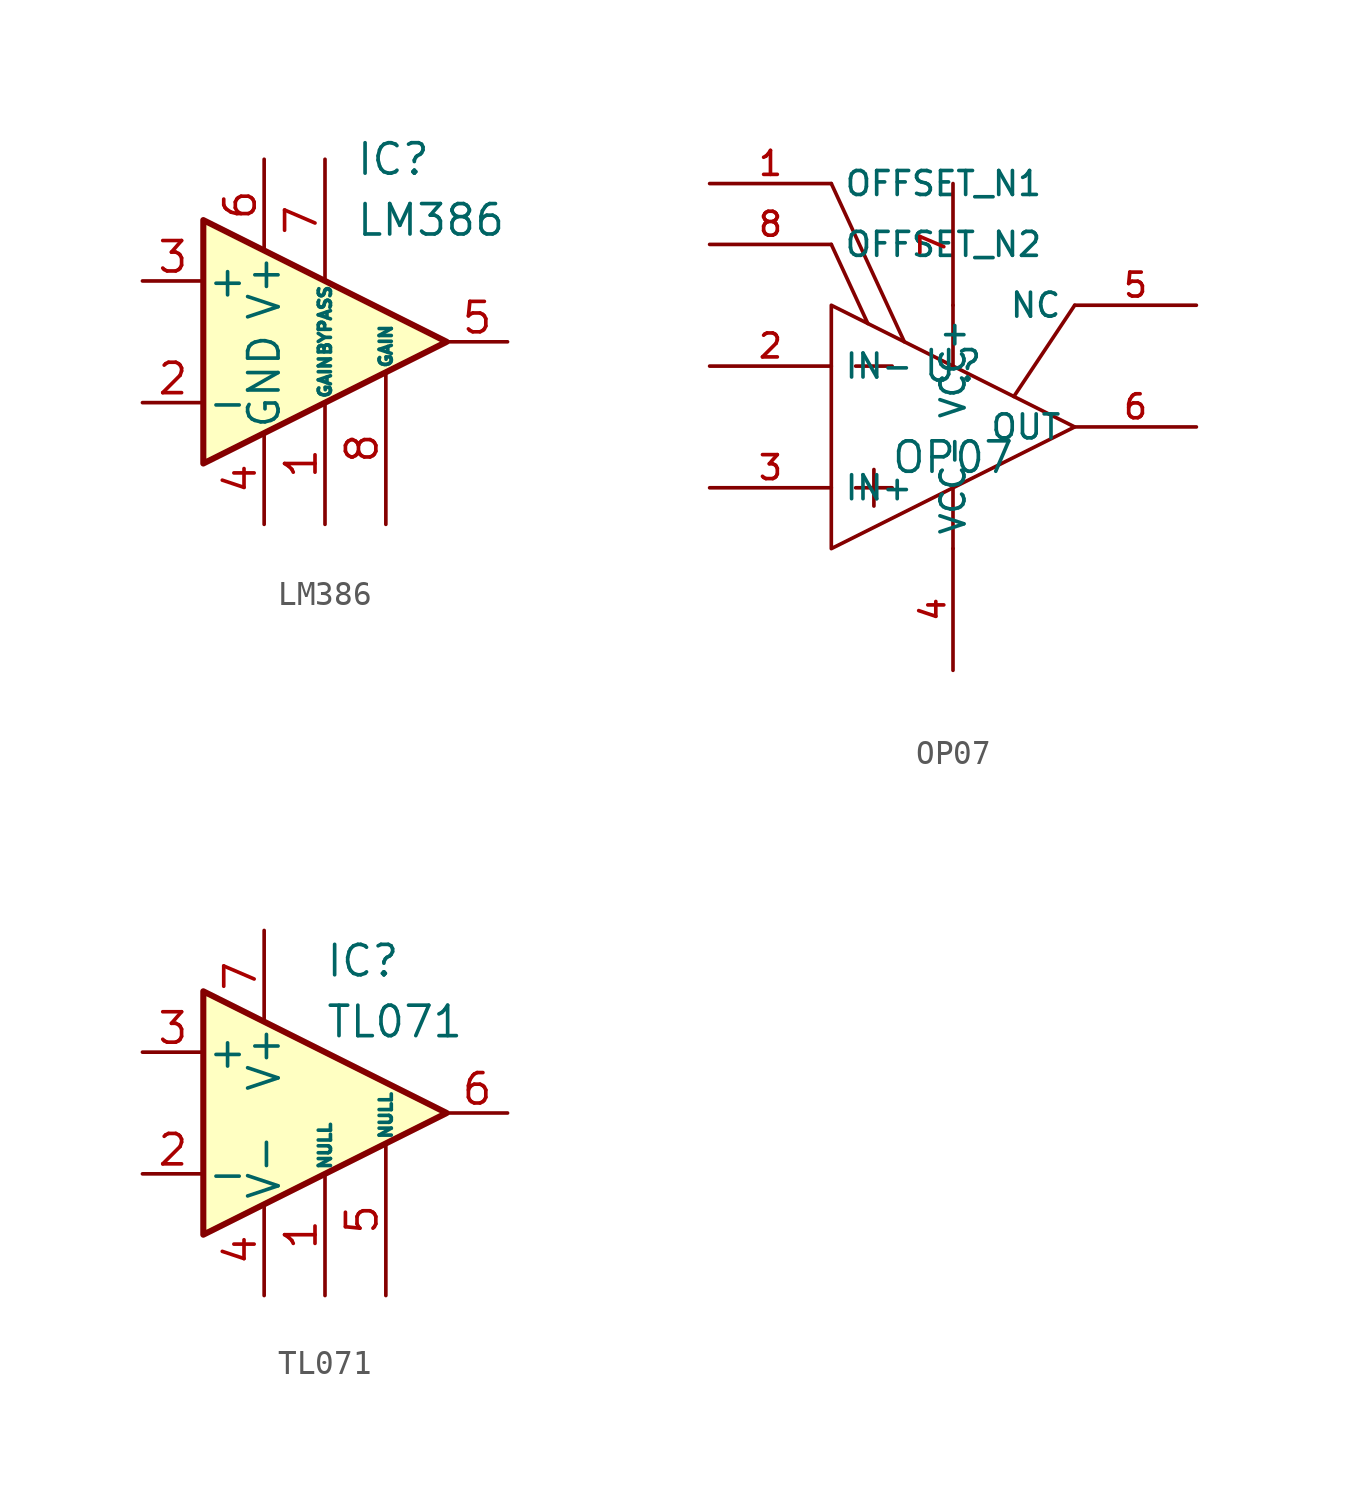
<source format=kicad_sym>
(kicad_symbol_lib
  (version 20241209)
  (generator "kicad_symbol_editor")
  (generator_version "9.0")
  (symbol "LM386"
    (pin_names
      (offset 0.127))
    (property "Reference" "IC"
      (at 1.27 7.62 0)
      (effects (font (size 1.27 1.27)) (justify left)))
    (property "Value" "LM386"
      (at 1.27 5.08 0)
      (effects (font (size 1.27 1.27)) (justify left)))
    (symbol "LM386_0_1"
      (polyline (pts (xy 5.08 0) (xy -5.08 5.08) (xy -5.08 -5.08) (xy 5.08 0)) (stroke (width 0.254) (type default)) (fill (type background))))
    (symbol "LM386_1_1"
      (pin input line (at -7.62 2.54 0) (length 2.54) (name "+" (effects (font (size 1.27 1.27)))) (number "3" (effects (font (size 1.27 1.27)))))
      (pin input line (at -7.62 -2.54 0) (length 2.54) (name "-" (effects (font (size 1.27 1.27)))) (number "2" (effects (font (size 1.27 1.27)))))
      (pin power_in line (at -2.54 7.62 270) (length 3.81) (name "V+" (effects (font (size 1.27 1.27)))) (number "6" (effects (font (size 1.27 1.27)))))
      (pin power_in line (at -2.54 -7.62 90) (length 3.81) (name "GND" (effects (font (size 1.27 1.27)))) (number "4" (effects (font (size 1.27 1.27)))))
      (pin input line (at 0 7.62 270) (length 5.08) (name "BYPASS" (effects (font (size 0.508 0.508)))) (number "7" (effects (font (size 1.27 1.27)))))
      (pin input line (at 0 -7.62 90) (length 5.08) (name "GAIN" (effects (font (size 0.508 0.508)))) (number "1" (effects (font (size 1.27 1.27)))))
      (pin input line (at 2.54 -7.62 90) (length 6.35) (name "GAIN" (effects (font (size 0.508 0.508)))) (number "8" (effects (font (size 1.27 1.27)))))
      (pin output line (at 7.62 0 180) (length 2.54) (name "~" (effects (font (size 1.27 1.27)))) (number "5" (effects (font (size 1.27 1.27)))))))
  (symbol "OP07"
    (property "Reference" "U"
      (at 0 1.27 0)
      (effects (font (size 1.27 1.27))))
    (property "Value" "OP07"
      (at 0 -2.54 0)
      (effects (font (size 1.27 1.27))))
    (symbol "OP07_0_1"
      (polyline (pts (xy -5.08 -6.35) (xy 5.08 -1.27) (xy -5.08 3.81) (xy -5.08 -6.35)) (stroke (width 0) (type default)) (fill (type none)))
      (polyline (pts (xy -4.064 1.27) (xy -2.54 1.27)) (stroke (width 0) (type default)) (fill (type none)))
      (polyline (pts (xy -4.064 -3.81) (xy -2.54 -3.81)) (stroke (width 0) (type default)) (fill (type none)))
      (polyline (pts (xy -3.556 3.048) (xy -5.08 6.35)) (stroke (width 0) (type default)) (fill (type none)))
      (polyline (pts (xy -3.302 -3.048) (xy -3.302 -4.572)) (stroke (width 0) (type default)) (fill (type none)))
      (polyline (pts (xy -2.032 2.286) (xy -5.08 8.89)) (stroke (width 0) (type default)) (fill (type none)))
      (polyline (pts (xy 0 3.81) (xy 0 1.27)) (stroke (width 0) (type default)) (fill (type none)))
      (polyline (pts (xy 0 -3.81) (xy 0 -6.35)) (stroke (width 0) (type default)) (fill (type none)))
      (polyline (pts (xy 5.08 3.81) (xy 2.54 0)) (stroke (width 0) (type default)) (fill (type none)))
      (pin unspecified line (at -10.16 8.89 0) (length 5.08) (name "OFFSET_N1" (effects (font (size 1 1)))) (number "1" (effects (font (size 1 1)))))
      (pin unspecified line (at -10.16 6.35 0) (length 5.08) (name "OFFSET_N2" (effects (font (size 1 1)))) (number "8" (effects (font (size 1 1)))))
      (pin unspecified line (at -10.16 1.27 0) (length 5.08) (name "IN-" (effects (font (size 1 1)))) (number "2" (effects (font (size 1 1)))))
      (pin unspecified line (at -10.16 -3.81 0) (length 5.08) (name "IN+" (effects (font (size 1 1)))) (number "3" (effects (font (size 1 1)))))
      (pin power_in line (at 0 8.89 270) (length 5.08) (name "VCC+" (effects (font (size 1 1)))) (number "7" (effects (font (size 1 1)))))
      (pin power_in line (at 0 -11.43 90) (length 5.08) (name "VCC-" (effects (font (size 1 1)))) (number "4" (effects (font (size 1 1)))))
      (pin unspecified line (at 10.16 3.81 180) (length 5.08) (name "NC" (effects (font (size 1 1)))) (number "5" (effects (font (size 1 1)))))
      (pin output line (at 10.16 -1.27 180) (length 5.08) (name "OUT" (effects (font (size 1 1)))) (number "6" (effects (font (size 1 1)))))))
  (symbol "TL071"
    (pin_names
      (offset 0.127))
    (property "Reference" "IC"
      (at 0 6.35 0)
      (effects (font (size 1.27 1.27)) (justify left)))
    (property "Value" "TL071"
      (at 0 3.81 0)
      (effects (font (size 1.27 1.27)) (justify left)))
    (symbol "TL071_0_1"
      (polyline (pts (xy -5.08 5.08) (xy 5.08 0) (xy -5.08 -5.08) (xy -5.08 5.08)) (stroke (width 0.254) (type default)) (fill (type background))))
    (symbol "TL071_1_1"
      (pin input line (at -7.62 2.54 0) (length 2.54) (name "+" (effects (font (size 1.27 1.27)))) (number "3" (effects (font (size 1.27 1.27)))))
      (pin input line (at -7.62 -2.54 0) (length 2.54) (name "-" (effects (font (size 1.27 1.27)))) (number "2" (effects (font (size 1.27 1.27)))))
      (pin power_in line (at -2.54 7.62 270) (length 3.81) (name "V+" (effects (font (size 1.27 1.27)))) (number "7" (effects (font (size 1.27 1.27)))))
      (pin power_in line (at -2.54 -7.62 90) (length 3.81) (name "V-" (effects (font (size 1.27 1.27)))) (number "4" (effects (font (size 1.27 1.27)))))
      (pin no_connect line (at 0 2.54 270) (length 2.54) (hide yes) (name "NC" (effects (font (size 1.27 1.27)))) (number "8" (effects (font (size 1.27 1.27)))))
      (pin input line (at 0 -7.62 90) (length 5.08) (name "NULL" (effects (font (size 0.508 0.508)))) (number "1" (effects (font (size 1.27 1.27)))))
      (pin input line (at 2.54 -7.62 90) (length 6.35) (name "NULL" (effects (font (size 0.508 0.508)))) (number "5" (effects (font (size 1.27 1.27)))))
      (pin output line (at 7.62 0 180) (length 2.54) (name "~" (effects (font (size 1.27 1.27)))) (number "6" (effects (font (size 1.27 1.27))))))))
</source>
